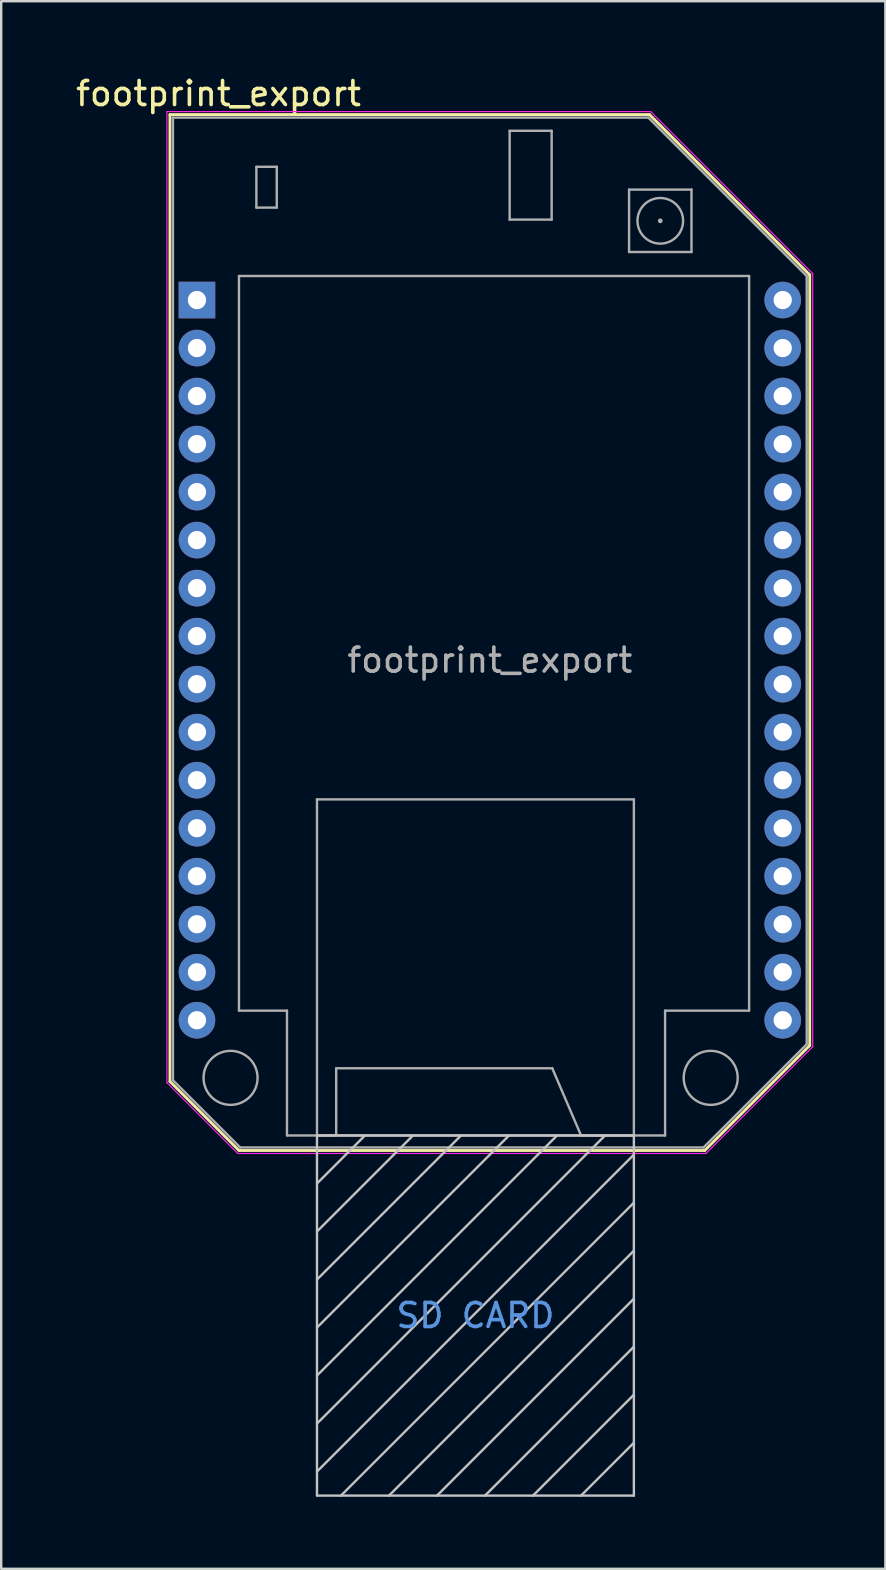
<source format=kicad_pcb>
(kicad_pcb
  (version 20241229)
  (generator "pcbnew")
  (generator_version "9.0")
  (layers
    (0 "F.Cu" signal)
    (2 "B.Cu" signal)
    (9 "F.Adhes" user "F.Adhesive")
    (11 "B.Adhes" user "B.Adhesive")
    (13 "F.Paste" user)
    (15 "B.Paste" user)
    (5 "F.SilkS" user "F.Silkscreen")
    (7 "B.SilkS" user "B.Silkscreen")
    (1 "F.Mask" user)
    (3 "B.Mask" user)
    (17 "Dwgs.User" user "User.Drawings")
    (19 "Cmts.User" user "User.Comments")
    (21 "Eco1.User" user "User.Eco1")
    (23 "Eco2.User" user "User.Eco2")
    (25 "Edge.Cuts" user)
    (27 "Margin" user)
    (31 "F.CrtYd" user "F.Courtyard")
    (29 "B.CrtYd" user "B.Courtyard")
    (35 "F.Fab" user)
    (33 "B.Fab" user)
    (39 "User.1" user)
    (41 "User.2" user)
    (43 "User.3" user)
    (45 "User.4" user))
  (footprint "footprint_export"
    (layer "F.Cu")
    (at 5.154 9.448)
    (property "Reference" "footprint_export" (at 0.9 -8.6 0) (layer "F.SilkS") (effects (font (size 1 1) (thickness 0.15))))
    (attr through_hole)
    (fp_line (start -1.125 -7.725) (end -1.125 32.55) (stroke (width 0.12) (type solid)) (layer "F.SilkS"))
    (fp_line (start -1.125 32.55) (end 1.75 35.425) (stroke (width 0.12) (type solid)) (layer "F.SilkS"))
    (fp_line (start 1.75 35.425) (end 21.15 35.425) (stroke (width 0.12) (type solid)) (layer "F.SilkS"))
    (fp_line (start 18.85 -7.725) (end -1.125 -7.725) (stroke (width 0.12) (type solid)) (layer "F.SilkS"))
    (fp_line (start 21.15 35.425) (end 25.525 31.05) (stroke (width 0.12) (type solid)) (layer "F.SilkS"))
    (fp_line (start 25.525 -1.05) (end 18.85 -7.725) (stroke (width 0.12) (type solid)) (layer "F.SilkS"))
    (fp_line (start 25.525 31.05) (end 25.525 -1.05) (stroke (width 0.12) (type solid)) (layer "F.SilkS"))
    (fp_line (start 5 34.8) (end 5 49.8) (stroke (width 0.1) (type solid)) (layer "Dwgs.User"))
    (fp_line (start 5 34.8) (end 18.2 34.8) (stroke (width 0.1) (type solid)) (layer "Dwgs.User"))
    (fp_line (start 5 36.8) (end 7 34.8) (stroke (width 0.1) (type solid)) (layer "Dwgs.User"))
    (fp_line (start 5 38.8) (end 9 34.8) (stroke (width 0.1) (type solid)) (layer "Dwgs.User"))
    (fp_line (start 5 40.8) (end 11 34.8) (stroke (width 0.1) (type solid)) (layer "Dwgs.User"))
    (fp_line (start 5 42.8) (end 13 34.8) (stroke (width 0.1) (type solid)) (layer "Dwgs.User"))
    (fp_line (start 5 44.8) (end 15 34.8) (stroke (width 0.1) (type solid)) (layer "Dwgs.User"))
    (fp_line (start 5 46.8) (end 17 34.8) (stroke (width 0.1) (type solid)) (layer "Dwgs.User"))
    (fp_line (start 5 48.8) (end 18.2 35.6) (stroke (width 0.1) (type solid)) (layer "Dwgs.User"))
    (fp_line (start 5 49.8) (end 18.2 49.8) (stroke (width 0.1) (type solid)) (layer "Dwgs.User"))
    (fp_line (start 6 49.8) (end 18.2 37.6) (stroke (width 0.1) (type solid)) (layer "Dwgs.User"))
    (fp_line (start 10 49.8) (end 18.2 41.6) (stroke (width 0.1) (type solid)) (layer "Dwgs.User"))
    (fp_line (start 12 49.8) (end 18.2 43.6) (stroke (width 0.1) (type solid)) (layer "Dwgs.User"))
    (fp_line (start 14 49.8) (end 18.2 45.6) (stroke (width 0.1) (type solid)) (layer "Dwgs.User"))
    (fp_line (start 16 49.8) (end 18.2 47.6) (stroke (width 0.1) (type solid)) (layer "Dwgs.User"))
    (fp_line (start 18.2 34.8) (end 18.2 49.8) (stroke (width 0.1) (type solid)) (layer "Dwgs.User"))
    (fp_line (start 18.2 39.6) (end 8 49.8) (stroke (width 0.1) (type solid)) (layer "Dwgs.User"))
    (fp_line (start -1.25 -7.85) (end -1.25 32.6) (stroke (width 0.05) (type solid)) (layer "F.CrtYd"))
    (fp_line (start -1.25 -7.85) (end 18.9 -7.85) (stroke (width 0.05) (type solid)) (layer "F.CrtYd"))
    (fp_line (start -1.25 32.6) (end 1.7 35.55) (stroke (width 0.05) (type solid)) (layer "F.CrtYd"))
    (fp_line (start 1.7 35.55) (end 21.2 35.55) (stroke (width 0.05) (type solid)) (layer "F.CrtYd"))
    (fp_line (start 18.9 -7.85) (end 25.65 -1.1) (stroke (width 0.05) (type solid)) (layer "F.CrtYd"))
    (fp_line (start 21.2 35.55) (end 25.65 31.1) (stroke (width 0.05) (type solid)) (layer "F.CrtYd"))
    (fp_line (start 25.65 -1.1) (end 25.65 31.1) (stroke (width 0.05) (type solid)) (layer "F.CrtYd"))
    (fp_line (start -1 -7.6) (end -1 32.5) (stroke (width 0.1) (type solid)) (layer "F.Fab"))
    (fp_line (start -1 32.5) (end 1.8 35.3) (stroke (width 0.1) (type solid)) (layer "F.Fab"))
    (fp_line (start 1.75 29.6) (end 1.75 -1) (stroke (width 0.1) (type solid)) (layer "F.Fab"))
    (fp_line (start 1.75 29.6) (end 3.75 29.6) (stroke (width 0.1) (type solid)) (layer "F.Fab"))
    (fp_line (start 1.8 35.3) (end 21.1 35.3) (stroke (width 0.1) (type solid)) (layer "F.Fab"))
    (fp_line (start 2.475 -5.55) (end 2.475 -3.85) (stroke (width 0.1) (type solid)) (layer "F.Fab"))
    (fp_line (start 2.475 -3.85) (end 3.325 -3.85) (stroke (width 0.1) (type solid)) (layer "F.Fab"))
    (fp_line (start 3.325 -5.55) (end 2.475 -5.55) (stroke (width 0.1) (type solid)) (layer "F.Fab"))
    (fp_line (start 3.325 -3.85) (end 3.325 -5.55) (stroke (width 0.1) (type solid)) (layer "F.Fab"))
    (fp_line (start 3.75 29.6) (end 3.75 34.8) (stroke (width 0.1) (type solid)) (layer "F.Fab"))
    (fp_line (start 3.75 34.8) (end 19.5 34.8) (stroke (width 0.1) (type solid)) (layer "F.Fab"))
    (fp_line (start 5 20.8) (end 5 34.8) (stroke (width 0.1) (type solid)) (layer "F.Fab"))
    (fp_line (start 5 20.8) (end 18.2 20.8) (stroke (width 0.1) (type solid)) (layer "F.Fab"))
    (fp_line (start 5 34.8) (end 5.8 34.8) (stroke (width 0.1) (type solid)) (layer "F.Fab"))
    (fp_line (start 5.8 32) (end 14.8 32) (stroke (width 0.1) (type solid)) (layer "F.Fab"))
    (fp_line (start 5.8 34.8) (end 5.8 32) (stroke (width 0.1) (type solid)) (layer "F.Fab"))
    (fp_line (start 13.025 -7.05) (end 13.025 -3.35) (stroke (width 0.1) (type solid)) (layer "F.Fab"))
    (fp_line (start 13.025 -3.35) (end 14.775 -3.35) (stroke (width 0.1) (type solid)) (layer "F.Fab"))
    (fp_line (start 14.775 -7.05) (end 13.025 -7.05) (stroke (width 0.1) (type solid)) (layer "F.Fab"))
    (fp_line (start 14.775 -3.35) (end 14.775 -7.05) (stroke (width 0.1) (type solid)) (layer "F.Fab"))
    (fp_line (start 14.8 32) (end 16 34.8) (stroke (width 0.1) (type solid)) (layer "F.Fab"))
    (fp_line (start 16 34.8) (end 18.2 34.8) (stroke (width 0.1) (type solid)) (layer "F.Fab"))
    (fp_line (start 18 -4.6) (end 18 -2) (stroke (width 0.1) (type solid)) (layer "F.Fab"))
    (fp_line (start 18 -2) (end 20.6 -2) (stroke (width 0.1) (type solid)) (layer "F.Fab"))
    (fp_line (start 18.2 20.8) (end 18.2 34.8) (stroke (width 0.1) (type solid)) (layer "F.Fab"))
    (fp_line (start 18.8 -7.6) (end -1 -7.6) (stroke (width 0.1) (type solid)) (layer "F.Fab"))
    (fp_line (start 18.8 -7.6) (end 25.4 -1) (stroke (width 0.1) (type solid)) (layer "F.Fab"))
    (fp_line (start 19.5 29.6) (end 23 29.6) (stroke (width 0.1) (type solid)) (layer "F.Fab"))
    (fp_line (start 19.5 34.8) (end 19.5 29.6) (stroke (width 0.1) (type solid)) (layer "F.Fab"))
    (fp_line (start 20.6 -4.6) (end 18 -4.6) (stroke (width 0.1) (type solid)) (layer "F.Fab"))
    (fp_line (start 20.6 -2) (end 20.6 -4.6) (stroke (width 0.1) (type solid)) (layer "F.Fab"))
    (fp_line (start 23 -1) (end 1.75 -1) (stroke (width 0.1) (type solid)) (layer "F.Fab"))
    (fp_line (start 23 -1) (end 23 29.6) (stroke (width 0.1) (type solid)) (layer "F.Fab"))
    (fp_line (start 25.4 31) (end 21.1 35.3) (stroke (width 0.1) (type solid)) (layer "F.Fab"))
    (fp_line (start 25.4 31) (end 25.4 -1) (stroke (width 0.1) (type solid)) (layer "F.Fab"))
    (fp_circle (center 1.4 32.4) (end 2.525 32.4) (stroke (width 0.1) (type solid)) (fill no) (layer "F.Fab"))
    (fp_circle (center 19.3 -3.3) (end 19.35 -3.3) (stroke (width 0.1) (type solid)) (fill no) (layer "F.Fab"))
    (fp_circle (center 19.3 -3.3) (end 20.25 -3.3) (stroke (width 0.1) (type solid)) (fill no) (layer "F.Fab"))
    (fp_circle (center 21.4 32.4) (end 22.525 32.4) (stroke (width 0.1) (type solid)) (fill no) (layer "F.Fab"))
    (fp_text user "SD CARD" (at 11.6 42.3 0) (layer "Cmts.User") (effects (font (size 1 1) (thickness 0.15))))
    (fp_text user "${REFERENCE}" (at 12.2 15 0) (layer "F.Fab") (effects (font (size 1 1) (thickness 0.15))))
    (pad "1" thru_hole rect (at 0 0) (size 1.524 1.524) (drill 0.762) (layers "*.Cu" "*.Mask"))
    (pad "2" thru_hole circle (at 0 2) (size 1.524 1.524) (drill 0.762) (layers "*.Cu" "*.Mask"))
    (pad "3" thru_hole circle (at 0 4) (size 1.524 1.524) (drill 0.762) (layers "*.Cu" "*.Mask"))
    (pad "4" thru_hole circle (at 0 6) (size 1.524 1.524) (drill 0.762) (layers "*.Cu" "*.Mask"))
    (pad "5" thru_hole circle (at 0 8) (size 1.524 1.524) (drill 0.762) (layers "*.Cu" "*.Mask"))
    (pad "6" thru_hole circle (at 0 10) (size 1.524 1.524) (drill 0.762) (layers "*.Cu" "*.Mask"))
    (pad "7" thru_hole circle (at 0 12) (size 1.524 1.524) (drill 0.762) (layers "*.Cu" "*.Mask"))
    (pad "8" thru_hole circle (at 0 14) (size 1.524 1.524) (drill 0.762) (layers "*.Cu" "*.Mask"))
    (pad "9" thru_hole circle (at 0 16) (size 1.524 1.524) (drill 0.762) (layers "*.Cu" "*.Mask"))
    (pad "10" thru_hole circle (at 0 18) (size 1.524 1.524) (drill 0.762) (layers "*.Cu" "*.Mask"))
    (pad "11" thru_hole circle (at 0 20) (size 1.524 1.524) (drill 0.762) (layers "*.Cu" "*.Mask"))
    (pad "12" thru_hole circle (at 0 22) (size 1.524 1.524) (drill 0.762) (layers "*.Cu" "*.Mask"))
    (pad "13" thru_hole circle (at 0 24) (size 1.524 1.524) (drill 0.762) (layers "*.Cu" "*.Mask"))
    (pad "14" thru_hole circle (at 0 26) (size 1.524 1.524) (drill 0.762) (layers "*.Cu" "*.Mask"))
    (pad "15" thru_hole circle (at 0 28) (size 1.524 1.524) (drill 0.762) (layers "*.Cu" "*.Mask"))
    (pad "16" thru_hole circle (at 0 30) (size 1.524 1.524) (drill 0.762) (layers "*.Cu" "*.Mask"))
    (pad "17" thru_hole circle (at 24.4 30) (size 1.524 1.524) (drill 0.762) (layers "*.Cu" "*.Mask"))
    (pad "18" thru_hole circle (at 24.4 28) (size 1.524 1.524) (drill 0.762) (layers "*.Cu" "*.Mask"))
    (pad "19" thru_hole circle (at 24.4 26) (size 1.524 1.524) (drill 0.762) (layers "*.Cu" "*.Mask"))
    (pad "20" thru_hole circle (at 24.4 24) (size 1.524 1.524) (drill 0.762) (layers "*.Cu" "*.Mask"))
    (pad "21" thru_hole circle (at 24.4 22) (size 1.524 1.524) (drill 0.762) (layers "*.Cu" "*.Mask"))
    (pad "22" thru_hole circle (at 24.4 20) (size 1.524 1.524) (drill 0.762) (layers "*.Cu" "*.Mask"))
    (pad "23" thru_hole circle (at 24.4 18) (size 1.524 1.524) (drill 0.762) (layers "*.Cu" "*.Mask"))
    (pad "24" thru_hole circle (at 24.4 16) (size 1.524 1.524) (drill 0.762) (layers "*.Cu" "*.Mask"))
    (pad "25" thru_hole circle (at 24.4 14) (size 1.524 1.524) (drill 0.762) (layers "*.Cu" "*.Mask"))
    (pad "26" thru_hole circle (at 24.4 12) (size 1.524 1.524) (drill 0.762) (layers "*.Cu" "*.Mask"))
    (pad "27" thru_hole circle (at 24.4 10) (size 1.524 1.524) (drill 0.762) (layers "*.Cu" "*.Mask"))
    (pad "28" thru_hole circle (at 24.4 8) (size 1.524 1.524) (drill 0.762) (layers "*.Cu" "*.Mask"))
    (pad "29" thru_hole circle (at 24.4 6) (size 1.524 1.524) (drill 0.762) (layers "*.Cu" "*.Mask"))
    (pad "30" thru_hole circle (at 24.4 4) (size 1.524 1.524) (drill 0.762) (layers "*.Cu" "*.Mask"))
    (pad "31" thru_hole circle (at 24.4 2) (size 1.524 1.524) (drill 0.762) (layers "*.Cu" "*.Mask"))
    (pad "32" thru_hole circle (at 24.4 0) (size 1.524 1.524) (drill 0.762) (layers "*.Cu" "*.Mask")))
  (gr_rect
    (start -3 -3)
    (end 33.829 62.298)
    (stroke (width 0.1) (type default))
    (fill no)
    (layer "Edge.Cuts")))
</source>
